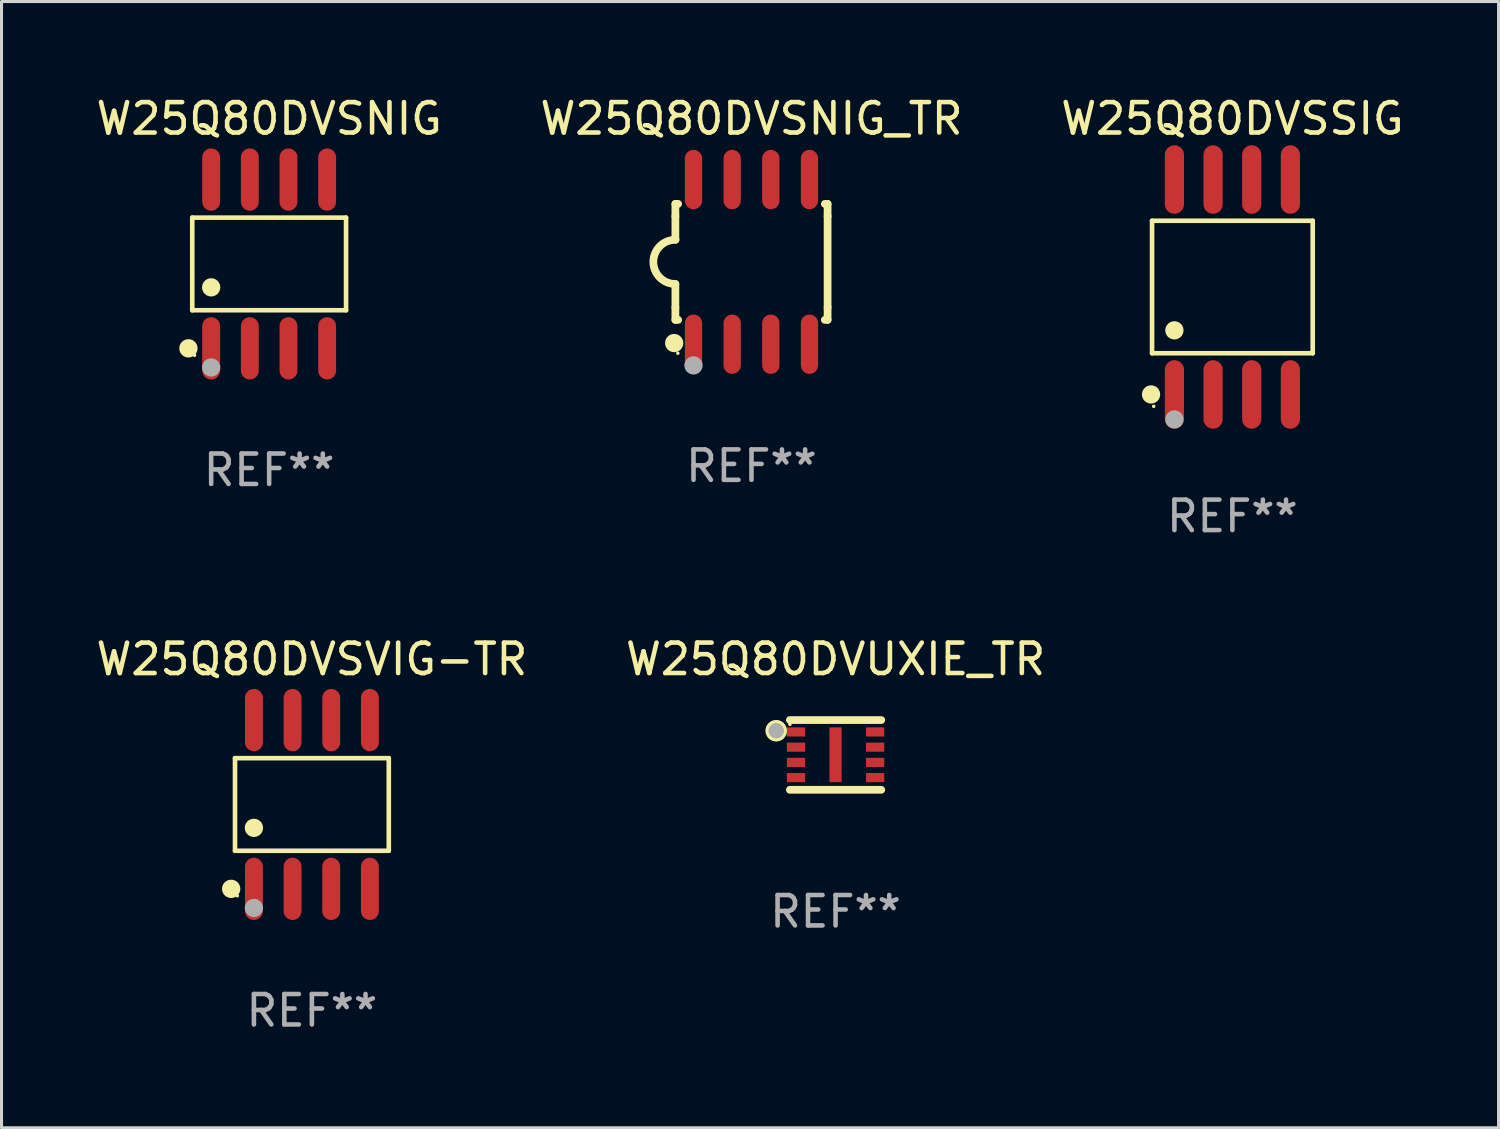
<source format=kicad_pcb>
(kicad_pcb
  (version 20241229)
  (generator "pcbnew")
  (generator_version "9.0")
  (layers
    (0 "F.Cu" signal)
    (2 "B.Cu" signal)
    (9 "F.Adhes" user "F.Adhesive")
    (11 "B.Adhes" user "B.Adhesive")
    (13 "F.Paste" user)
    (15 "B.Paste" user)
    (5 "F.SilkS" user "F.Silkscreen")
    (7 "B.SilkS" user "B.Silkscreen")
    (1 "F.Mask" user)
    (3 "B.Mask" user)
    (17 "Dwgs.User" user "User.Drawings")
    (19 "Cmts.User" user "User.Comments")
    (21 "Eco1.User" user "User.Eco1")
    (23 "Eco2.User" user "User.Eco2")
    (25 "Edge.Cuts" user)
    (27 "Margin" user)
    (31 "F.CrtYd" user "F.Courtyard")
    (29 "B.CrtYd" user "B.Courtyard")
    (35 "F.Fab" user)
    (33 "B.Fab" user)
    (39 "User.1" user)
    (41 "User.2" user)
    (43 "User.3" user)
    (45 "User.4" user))
  (footprint "W25Q80DVSNIG"
    (layer "F.Cu")
    (at 5.792 5.621)
    (property "Reference" "W25Q80DVSNIG" (at 0 -4.772 0) (layer "F.SilkS") (effects (font (size 1 1) (thickness 0.15))))
    (attr through_hole)
    (fp_line (start -2.526 -1.521) (end 2.526 -1.521) (stroke (width 0.152) (type solid)) (layer "F.SilkS"))
    (fp_line (start -2.526 1.521) (end -2.526 -1.521) (stroke (width 0.152) (type solid)) (layer "F.SilkS"))
    (fp_line (start 2.526 -1.521) (end 2.526 1.521) (stroke (width 0.152) (type solid)) (layer "F.SilkS"))
    (fp_line (start 2.526 1.521) (end -2.526 1.521) (stroke (width 0.152) (type solid)) (layer "F.SilkS"))
    (fp_circle (center -2.652 2.772) (end -2.501 2.772) (stroke (width 0.3) (type solid)) (fill no) (layer "F.SilkS"))
    (fp_circle (center -2.45 3) (end -2.42 3) (stroke (width 0.06) (type solid)) (fill no) (layer "F.SilkS"))
    (fp_circle (center -1.905 0.769) (end -1.755 0.769) (stroke (width 0.3) (type solid)) (fill no) (layer "F.SilkS"))
    (fp_circle (center -1.905 3.4) (end -1.755 3.4) (stroke (width 0.3) (type solid)) (fill no) (layer "F.Fab"))
    (fp_text user "REF**" (at 0 6.772 0) (layer "F.Fab") (effects (font (size 1 1) (thickness 0.15))))
    (pad "1" smd oval (at -1.905 2.772) (size 0.588 2.045) (layers "F.Cu" "F.Mask" "F.Paste"))
    (pad "2" smd oval (at -0.635 2.772) (size 0.588 2.045) (layers "F.Cu" "F.Mask" "F.Paste"))
    (pad "3" smd oval (at 0.635 2.772) (size 0.588 2.045) (layers "F.Cu" "F.Mask" "F.Paste"))
    (pad "4" smd oval (at 1.905 2.772) (size 0.588 2.045) (layers "F.Cu" "F.Mask" "F.Paste"))
    (pad "5" smd oval (at 1.905 -2.772) (size 0.588 2.045) (layers "F.Cu" "F.Mask" "F.Paste"))
    (pad "6" smd oval (at 0.635 -2.772) (size 0.588 2.045) (layers "F.Cu" "F.Mask" "F.Paste"))
    (pad "7" smd oval (at -0.635 -2.772) (size 0.588 2.045) (layers "F.Cu" "F.Mask" "F.Paste"))
    (pad "8" smd oval (at -1.905 -2.772) (size 0.588 2.045) (layers "F.Cu" "F.Mask" "F.Paste")))
  (footprint "W25Q80DVSVIG-TR"
    (layer "F.Cu")
    (at 7.196 23.377)
    (property "Reference" "W25Q80DVSVIG-TR" (at 0 -4.772 0) (layer "F.SilkS") (effects (font (size 1 1) (thickness 0.15))))
    (attr through_hole)
    (fp_line (start -2.526 -1.521) (end 2.526 -1.521) (stroke (width 0.152) (type solid)) (layer "F.SilkS"))
    (fp_line (start -2.526 1.521) (end -2.526 -1.521) (stroke (width 0.152) (type solid)) (layer "F.SilkS"))
    (fp_line (start 2.526 -1.521) (end 2.526 1.521) (stroke (width 0.152) (type solid)) (layer "F.SilkS"))
    (fp_line (start 2.526 1.521) (end -2.526 1.521) (stroke (width 0.152) (type solid)) (layer "F.SilkS"))
    (fp_circle (center -2.652 2.772) (end -2.501 2.772) (stroke (width 0.3) (type solid)) (fill no) (layer "F.SilkS"))
    (fp_circle (center -2.45 3) (end -2.42 3) (stroke (width 0.06) (type solid)) (fill no) (layer "F.SilkS"))
    (fp_circle (center -1.905 0.769) (end -1.755 0.769) (stroke (width 0.3) (type solid)) (fill no) (layer "F.SilkS"))
    (fp_circle (center -1.905 3.4) (end -1.755 3.4) (stroke (width 0.3) (type solid)) (fill no) (layer "F.Fab"))
    (fp_text user "REF**" (at 0 6.772 0) (layer "F.Fab") (effects (font (size 1 1) (thickness 0.15))))
    (pad "1" smd oval (at -1.905 2.772) (size 0.588 2.045) (layers "F.Cu" "F.Mask" "F.Paste"))
    (pad "2" smd oval (at -0.635 2.772) (size 0.588 2.045) (layers "F.Cu" "F.Mask" "F.Paste"))
    (pad "3" smd oval (at 0.635 2.772) (size 0.588 2.045) (layers "F.Cu" "F.Mask" "F.Paste"))
    (pad "4" smd oval (at 1.905 2.772) (size 0.588 2.045) (layers "F.Cu" "F.Mask" "F.Paste"))
    (pad "5" smd oval (at 1.905 -2.772) (size 0.588 2.045) (layers "F.Cu" "F.Mask" "F.Paste"))
    (pad "6" smd oval (at 0.635 -2.772) (size 0.588 2.045) (layers "F.Cu" "F.Mask" "F.Paste"))
    (pad "7" smd oval (at -0.635 -2.772) (size 0.588 2.045) (layers "F.Cu" "F.Mask" "F.Paste"))
    (pad "8" smd oval (at -1.905 -2.772) (size 0.588 2.045) (layers "F.Cu" "F.Mask" "F.Paste")))
  (footprint "W25Q80DVUXIE_TR"
    (layer "F.Cu")
    (at 24.399 21.75)
    (property "Reference" "W25Q80DVUXIE_TR" (at 0 -3.146 0) (layer "F.SilkS") (effects (font (size 1 1) (thickness 0.15))))
    (attr through_hole)
    (fp_line (start 1.501 -1.146) (end -1.501 -1.146) (stroke (width 0.254) (type solid)) (layer "F.SilkS"))
    (fp_line (start 1.501 1.146) (end -1.501 1.146) (stroke (width 0.254) (type solid)) (layer "F.SilkS"))
    (fp_circle (center -1.95 -0.795) (end -1.85 -0.795) (stroke (width 0.254) (type solid)) (fill no) (layer "F.SilkS"))
    (fp_circle (center -1.5 -1.005) (end -1.47 -1.005) (stroke (width 0.06) (type solid)) (fill no) (layer "F.SilkS"))
    (fp_circle (center -1.95 -0.795) (end -1.823 -0.795) (stroke (width 0.254) (type solid)) (fill no) (layer "F.Fab"))
    (fp_text user "REF**" (at 0 5.146 0) (layer "F.Fab") (effects (font (size 1 1) (thickness 0.15))))
    (pad "1" smd rect (at -1.3 -0.755 270) (size 0.3 0.6) (layers "F.Cu" "F.Mask" "F.Paste"))
    (pad "2" smd rect (at -1.3 -0.255 270) (size 0.3 0.6) (layers "F.Cu" "F.Mask" "F.Paste"))
    (pad "3" smd rect (at -1.3 0.245 270) (size 0.3 0.6) (layers "F.Cu" "F.Mask" "F.Paste"))
    (pad "4" smd rect (at -1.3 0.745 270) (size 0.3 0.6) (layers "F.Cu" "F.Mask" "F.Paste"))
    (pad "5" smd rect (at 1.3 0.745 270) (size 0.3 0.6) (layers "F.Cu" "F.Mask" "F.Paste"))
    (pad "6" smd rect (at 1.3 0.245 270) (size 0.3 0.6) (layers "F.Cu" "F.Mask" "F.Paste"))
    (pad "7" smd rect (at 1.3 -0.255 270) (size 0.3 0.6) (layers "F.Cu" "F.Mask" "F.Paste"))
    (pad "8" smd rect (at 1.3 -0.755 270) (size 0.3 0.6) (layers "F.Cu" "F.Mask" "F.Paste"))
    (pad "9" smd rect (at 0 -0.005) (size 0.4 1.8) (layers "F.Cu" "F.Mask" "F.Paste")))
  (footprint "W25Q80DVSNIG_TR"
    (layer "F.Cu")
    (at 21.637 5.553)
    (property "Reference" "W25Q80DVSNIG_TR" (at 0 -4.705 0) (layer "F.SilkS") (effects (font (size 1 1) (thickness 0.15))))
    (attr through_hole)
    (fp_line (start -2.5 -1.905) (end -2.409 -1.905) (stroke (width 0.254) (type solid)) (layer "F.SilkS"))
    (fp_line (start -2.5 -1.5) (end -2.5 -1.905) (stroke (width 0.254) (type solid)) (layer "F.SilkS"))
    (fp_line (start -2.5 -1.5) (end -2.5 -0.726) (stroke (width 0.254) (type solid)) (layer "F.SilkS"))
    (fp_line (start -2.5 1.5) (end -2.5 0.727) (stroke (width 0.254) (type solid)) (layer "F.SilkS"))
    (fp_line (start -2.5 1.5) (end -2.5 1.905) (stroke (width 0.254) (type solid)) (layer "F.SilkS"))
    (fp_line (start -2.5 1.905) (end -2.409 1.905) (stroke (width 0.254) (type solid)) (layer "F.SilkS"))
    (fp_line (start 2.5 -1.905) (end 2.409 -1.905) (stroke (width 0.254) (type solid)) (layer "F.SilkS"))
    (fp_line (start 2.5 -1.5) (end 2.5 -1.905) (stroke (width 0.254) (type solid)) (layer "F.SilkS"))
    (fp_line (start 2.5 -1.5) (end 2.5 1.5) (stroke (width 0.254) (type solid)) (layer "F.SilkS"))
    (fp_line (start 2.5 1.5) (end 2.5 1.905) (stroke (width 0.254) (type solid)) (layer "F.SilkS"))
    (fp_line (start 2.5 1.905) (end 2.409 1.905) (stroke (width 0.254) (type solid)) (layer "F.SilkS"))
    (fp_arc (start -2.5 0.726568) (mid -3.220316 -0.0023) (end -2.495097 -0.726289) (stroke (width 0.254001) (type solid)) (layer "F.SilkS"))
    (fp_circle (center -2.54 2.667) (end -2.39 2.667) (stroke (width 0.3) (type solid)) (fill no) (layer "F.SilkS"))
    (fp_circle (center -2.42 3) (end -2.39 3) (stroke (width 0.06) (type solid)) (fill no) (layer "F.SilkS"))
    (fp_circle (center -1.905 3.4) (end -1.755 3.4) (stroke (width 0.3) (type solid)) (fill no) (layer "F.Fab"))
    (fp_text user "REF**" (at 0 6.705 0) (layer "F.Fab") (effects (font (size 1 1) (thickness 0.15))))
    (pad "1" smd oval (at -1.905 2.705) (size 0.568 1.95) (layers "F.Cu" "F.Mask" "F.Paste"))
    (pad "2" smd oval (at -0.635 2.705) (size 0.568 1.95) (layers "F.Cu" "F.Mask" "F.Paste"))
    (pad "3" smd oval (at 0.635 2.705) (size 0.568 1.95) (layers "F.Cu" "F.Mask" "F.Paste"))
    (pad "4" smd oval (at 1.905 2.705) (size 0.568 1.95) (layers "F.Cu" "F.Mask" "F.Paste"))
    (pad "5" smd oval (at 1.905 -2.705) (size 0.568 1.95) (layers "F.Cu" "F.Mask" "F.Paste"))
    (pad "6" smd oval (at 0.635 -2.705) (size 0.568 1.95) (layers "F.Cu" "F.Mask" "F.Paste"))
    (pad "7" smd oval (at -0.635 -2.705) (size 0.568 1.95) (layers "F.Cu" "F.Mask" "F.Paste"))
    (pad "8" smd oval (at -1.905 -2.705) (size 0.568 1.95) (layers "F.Cu" "F.Mask" "F.Paste")))
  (footprint "W25Q80DVSSIG"
    (layer "F.Cu")
    (at 37.435 6.378)
    (property "Reference" "W25Q80DVSSIG" (at 0 -5.53 0) (layer "F.SilkS") (effects (font (size 1 1) (thickness 0.15))))
    (attr through_hole)
    (fp_line (start -2.639 -2.176) (end 2.639 -2.176) (stroke (width 0.152) (type solid)) (layer "F.SilkS"))
    (fp_line (start -2.639 2.176) (end -2.639 -2.176) (stroke (width 0.152) (type solid)) (layer "F.SilkS"))
    (fp_line (start 2.639 -2.176) (end 2.639 2.176) (stroke (width 0.152) (type solid)) (layer "F.SilkS"))
    (fp_line (start 2.639 2.176) (end -2.639 2.176) (stroke (width 0.152) (type solid)) (layer "F.SilkS"))
    (fp_circle (center -2.672 3.53) (end -2.522 3.53) (stroke (width 0.3) (type solid)) (fill no) (layer "F.SilkS"))
    (fp_circle (center -2.585 3.92) (end -2.555 3.92) (stroke (width 0.06) (type solid)) (fill no) (layer "F.SilkS"))
    (fp_circle (center -1.905 1.424) (end -1.755 1.424) (stroke (width 0.3) (type solid)) (fill no) (layer "F.SilkS"))
    (fp_circle (center -1.905 4.35) (end -1.755 4.35) (stroke (width 0.3) (type solid)) (fill no) (layer "F.Fab"))
    (fp_text user "REF**" (at 0 7.53 0) (layer "F.Fab") (effects (font (size 1 1) (thickness 0.15))))
    (pad "1" smd oval (at -1.905 3.53) (size 0.63 2.25) (layers "F.Cu" "F.Mask" "F.Paste"))
    (pad "2" smd oval (at -0.635 3.53) (size 0.63 2.25) (layers "F.Cu" "F.Mask" "F.Paste"))
    (pad "3" smd oval (at 0.635 3.53) (size 0.63 2.25) (layers "F.Cu" "F.Mask" "F.Paste"))
    (pad "4" smd oval (at 1.905 3.53) (size 0.63 2.25) (layers "F.Cu" "F.Mask" "F.Paste"))
    (pad "5" smd oval (at 1.905 -3.53) (size 0.63 2.25) (layers "F.Cu" "F.Mask" "F.Paste"))
    (pad "6" smd oval (at 0.635 -3.53) (size 0.63 2.25) (layers "F.Cu" "F.Mask" "F.Paste"))
    (pad "7" smd oval (at -0.635 -3.53) (size 0.63 2.25) (layers "F.Cu" "F.Mask" "F.Paste"))
    (pad "8" smd oval (at -1.905 -3.53) (size 0.63 2.25) (layers "F.Cu" "F.Mask" "F.Paste")))
  (gr_rect
    (start -3 -3)
    (end 46.179 33.998)
    (stroke (width 0.1) (type default))
    (fill no)
    (layer "Edge.Cuts")))
</source>
